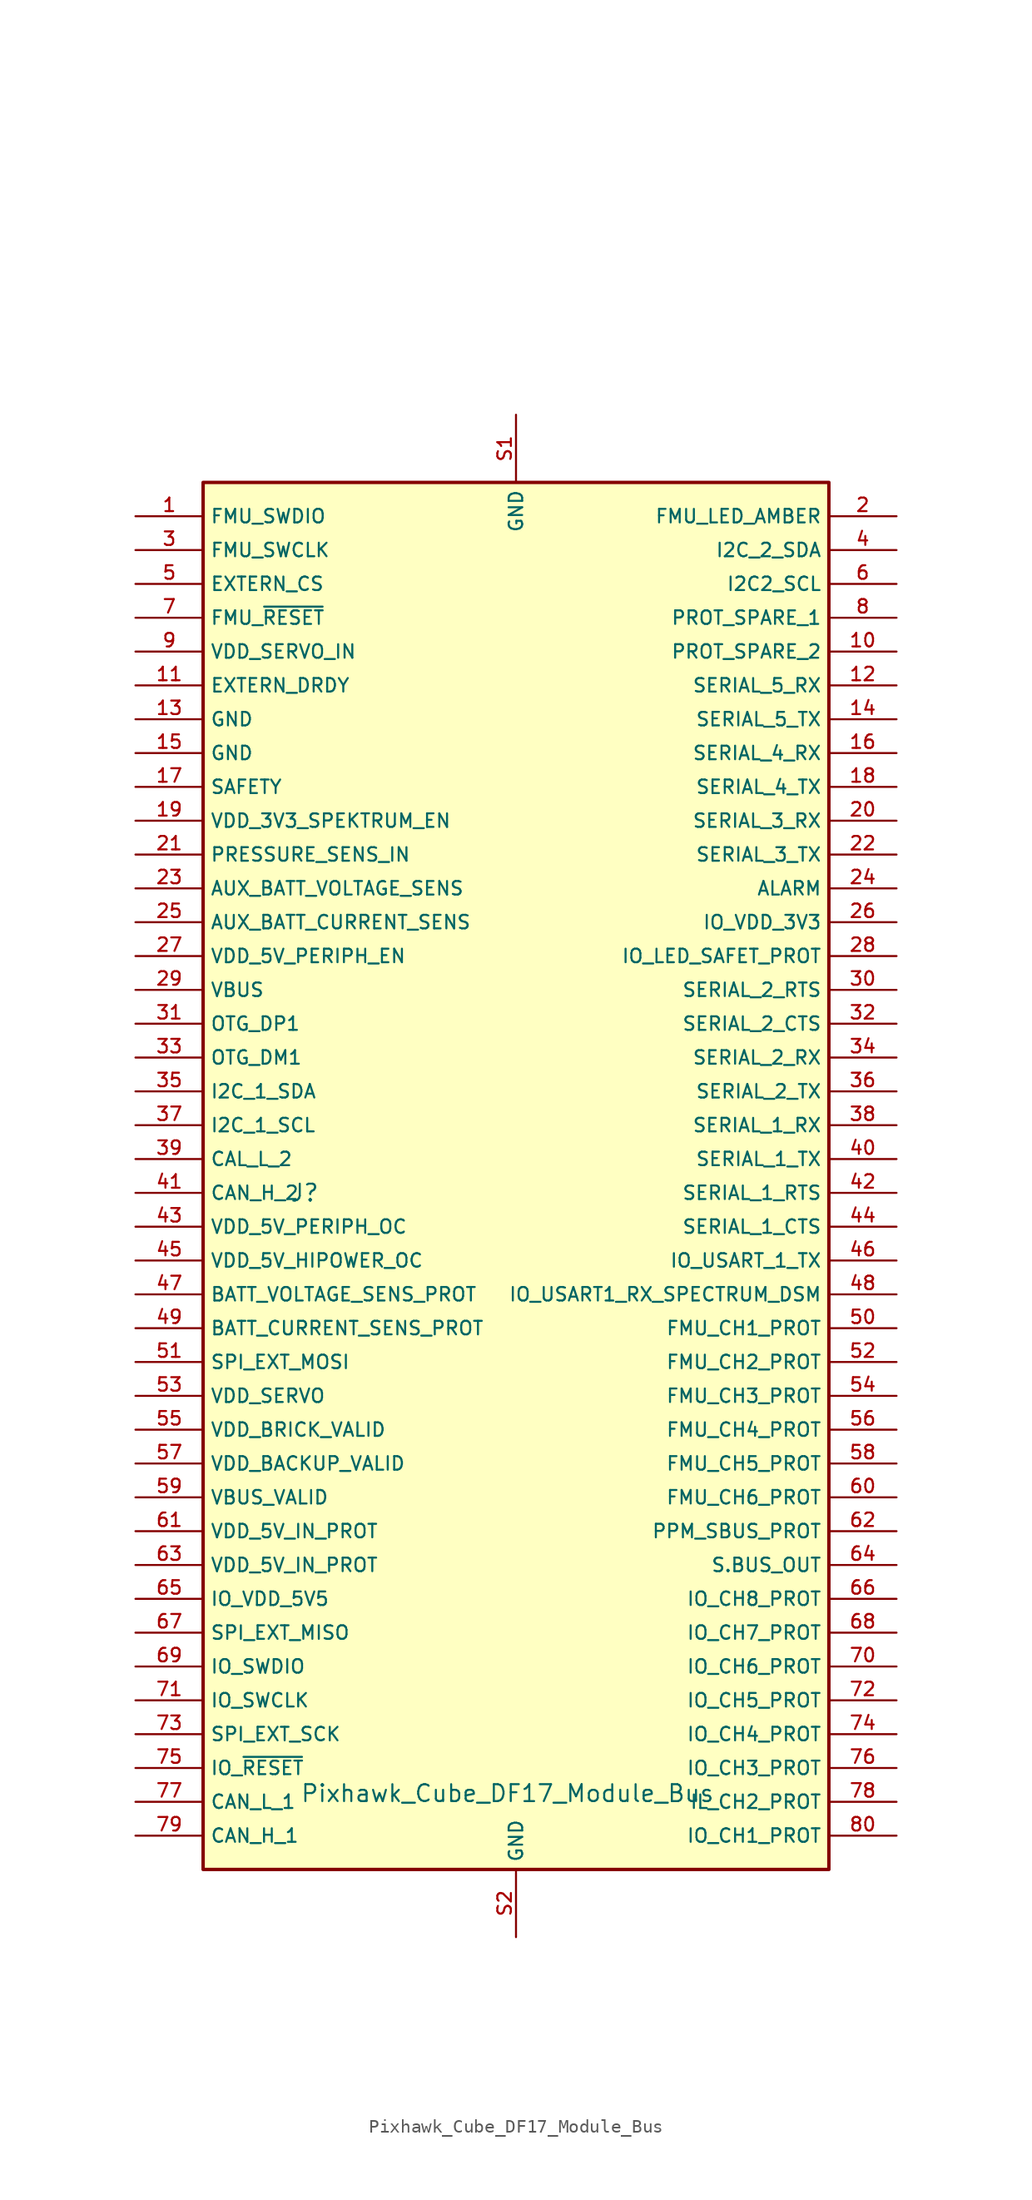
<source format=kicad_sym>
(kicad_symbol_lib
  (version 20211014)
  (generator kicad_symbol_editor)
  (symbol "Pixhawk_Cube_DF17_Module_Bus"
    (property "Reference" "J"
      (at -15.875 0 0)
      (effects (font (size 1.27 1.27))))
    (property "Value" "Pixhawk_Cube_DF17_Module_Bus"
      (at -0.635 -45.085 0)
      (effects (font (size 1.27 1.27))))
    (symbol "Pixhawk_Cube_DF17_Module_Bus_0_0"
      (rectangle (start -23.495 53.34) (end 23.495 -50.8) (stroke (width 0.254) (type default) (color 0 0 0 0)) (fill (type background)))
      (text "" (at 17.78 72.39 0) (effects (font (size 1.27 1.27))))
      (pin bidirectional line (at -28.575 50.8 0) (length 5.08) (name "FMU_SWDIO" (effects (font (size 1.016 1.016)))) (number "1" (effects (font (size 1.016 1.016)))))
      (pin unspecified line (at 28.575 40.64 180) (length 5.08) (name "PROT_SPARE_2" (effects (font (size 1.016 1.016)))) (number "10" (effects (font (size 1.016 1.016)))))
      (pin input line (at -28.575 38.1 0) (length 5.08) (name "EXTERN_DRDY" (effects (font (size 1.016 1.016)))) (number "11" (effects (font (size 1.016 1.016)))))
      (pin input line (at 28.575 38.1 180) (length 5.08) (name "SERIAL_5_RX" (effects (font (size 1.016 1.016)))) (number "12" (effects (font (size 1.016 1.016)))))
      (pin power_in line (at -28.575 35.56 0) (length 5.08) (name "GND" (effects (font (size 1.016 1.016)))) (number "13" (effects (font (size 1.016 1.016)))))
      (pin output line (at 28.575 35.56 180) (length 5.08) (name "SERIAL_5_TX" (effects (font (size 1.016 1.016)))) (number "14" (effects (font (size 1.016 1.016)))))
      (pin power_in line (at -28.575 33.02 0) (length 5.08) (name "GND" (effects (font (size 1.016 1.016)))) (number "15" (effects (font (size 1.016 1.016)))))
      (pin input line (at 28.575 33.02 180) (length 5.08) (name "SERIAL_4_RX" (effects (font (size 1.016 1.016)))) (number "16" (effects (font (size 1.016 1.016)))))
      (pin unspecified line (at -28.575 30.48 0) (length 5.08) (name "SAFETY" (effects (font (size 1.016 1.016)))) (number "17" (effects (font (size 1.016 1.016)))))
      (pin output line (at 28.575 30.48 180) (length 5.08) (name "SERIAL_4_TX" (effects (font (size 1.016 1.016)))) (number "18" (effects (font (size 1.016 1.016)))))
      (pin output line (at -28.575 27.94 0) (length 5.08) (name "VDD_3V3_SPEKTRUM_EN" (effects (font (size 1.016 1.016)))) (number "19" (effects (font (size 1.016 1.016)))))
      (pin output line (at 28.575 50.8 180) (length 5.08) (name "FMU_LED_AMBER" (effects (font (size 1.016 1.016)))) (number "2" (effects (font (size 1.016 1.016)))))
      (pin input line (at 28.575 27.94 180) (length 5.08) (name "SERIAL_3_RX" (effects (font (size 1.016 1.016)))) (number "20" (effects (font (size 1.016 1.016)))))
      (pin input line (at -28.575 25.4 0) (length 5.08) (name "PRESSURE_SENS_IN" (effects (font (size 1.016 1.016)))) (number "21" (effects (font (size 1.016 1.016)))))
      (pin output line (at 28.575 25.4 180) (length 5.08) (name "SERIAL_3_TX" (effects (font (size 1.016 1.016)))) (number "22" (effects (font (size 1.016 1.016)))))
      (pin input line (at -28.575 22.86 0) (length 5.08) (name "AUX_BATT_VOLTAGE_SENS" (effects (font (size 1.016 1.016)))) (number "23" (effects (font (size 1.016 1.016)))))
      (pin output line (at 28.575 22.86 180) (length 5.08) (name "ALARM" (effects (font (size 1.016 1.016)))) (number "24" (effects (font (size 1.016 1.016)))))
      (pin input line (at -28.575 20.32 0) (length 5.08) (name "AUX_BATT_CURRENT_SENS" (effects (font (size 1.016 1.016)))) (number "25" (effects (font (size 1.016 1.016)))))
      (pin input line (at 28.575 20.32 180) (length 5.08) (name "IO_VDD_3V3" (effects (font (size 1.016 1.016)))) (number "26" (effects (font (size 1.016 1.016)))))
      (pin output line (at -28.575 17.78 0) (length 5.08) (name "VDD_5V_PERIPH_EN" (effects (font (size 1.016 1.016)))) (number "27" (effects (font (size 1.016 1.016)))))
      (pin output line (at 28.575 17.78 180) (length 5.08) (name "IO_LED_SAFET_PROT" (effects (font (size 1.016 1.016)))) (number "28" (effects (font (size 1.016 1.016)))))
      (pin input line (at -28.575 15.24 0) (length 5.08) (name "VBUS" (effects (font (size 1.016 1.016)))) (number "29" (effects (font (size 1.016 1.016)))))
      (pin output line (at -28.575 48.26 0) (length 5.08) (name "FMU_SWCLK" (effects (font (size 1.016 1.016)))) (number "3" (effects (font (size 1.016 1.016)))))
      (pin bidirectional line (at 28.575 15.24 180) (length 5.08) (name "SERIAL_2_RTS" (effects (font (size 1.016 1.016)))) (number "30" (effects (font (size 1.016 1.016)))))
      (pin bidirectional line (at -28.575 12.7 0) (length 5.08) (name "OTG_DP1" (effects (font (size 1.016 1.016)))) (number "31" (effects (font (size 1.016 1.016)))))
      (pin bidirectional line (at 28.575 12.7 180) (length 5.08) (name "SERIAL_2_CTS" (effects (font (size 1.016 1.016)))) (number "32" (effects (font (size 1.016 1.016)))))
      (pin bidirectional line (at -28.575 10.16 0) (length 5.08) (name "OTG_DM1" (effects (font (size 1.016 1.016)))) (number "33" (effects (font (size 1.016 1.016)))))
      (pin input line (at 28.575 10.16 180) (length 5.08) (name "SERIAL_2_RX" (effects (font (size 1.016 1.016)))) (number "34" (effects (font (size 1.016 1.016)))))
      (pin bidirectional line (at -28.575 7.62 0) (length 5.08) (name "I2C_1_SDA" (effects (font (size 1.016 1.016)))) (number "35" (effects (font (size 1.016 1.016)))))
      (pin output line (at 28.575 7.62 180) (length 5.08) (name "SERIAL_2_TX" (effects (font (size 1.016 1.016)))) (number "36" (effects (font (size 1.016 1.016)))))
      (pin output line (at -28.575 5.08 0) (length 5.08) (name "I2C_1_SCL" (effects (font (size 1.016 1.016)))) (number "37" (effects (font (size 1.016 1.016)))))
      (pin input line (at 28.575 5.08 180) (length 5.08) (name "SERIAL_1_RX" (effects (font (size 1.016 1.016)))) (number "38" (effects (font (size 1.016 1.016)))))
      (pin bidirectional line (at -28.575 2.54 0) (length 5.08) (name "CAL_L_2" (effects (font (size 1.016 1.016)))) (number "39" (effects (font (size 1.016 1.016)))))
      (pin bidirectional line (at 28.575 48.26 180) (length 5.08) (name "I2C_2_SDA" (effects (font (size 1.016 1.016)))) (number "4" (effects (font (size 1.016 1.016)))))
      (pin output line (at 28.575 2.54 180) (length 5.08) (name "SERIAL_1_TX" (effects (font (size 1.016 1.016)))) (number "40" (effects (font (size 1.016 1.016)))))
      (pin bidirectional line (at -28.575 0 0) (length 5.08) (name "CAN_H_2" (effects (font (size 1.016 1.016)))) (number "41" (effects (font (size 1.016 1.016)))))
      (pin bidirectional line (at 28.575 0 180) (length 5.08) (name "SERIAL_1_RTS" (effects (font (size 1.016 1.016)))) (number "42" (effects (font (size 1.016 1.016)))))
      (pin input line (at -28.575 -2.54 0) (length 5.08) (name "VDD_5V_PERIPH_OC" (effects (font (size 1.016 1.016)))) (number "43" (effects (font (size 1.016 1.016)))))
      (pin bidirectional line (at 28.575 -2.54 180) (length 5.08) (name "SERIAL_1_CTS" (effects (font (size 1.016 1.016)))) (number "44" (effects (font (size 1.016 1.016)))))
      (pin input line (at -28.575 -5.08 0) (length 5.08) (name "VDD_5V_HIPOWER_OC" (effects (font (size 1.016 1.016)))) (number "45" (effects (font (size 1.016 1.016)))))
      (pin output line (at 28.575 -5.08 180) (length 5.08) (name "IO_USART_1_TX" (effects (font (size 1.016 1.016)))) (number "46" (effects (font (size 1.016 1.016)))))
      (pin input line (at -28.575 -7.62 0) (length 5.08) (name "BATT_VOLTAGE_SENS_PROT" (effects (font (size 1.016 1.016)))) (number "47" (effects (font (size 1.016 1.016)))))
      (pin output line (at 28.575 -7.62 180) (length 5.08) (name "IO_USART1_RX_SPECTRUM_DSM" (effects (font (size 1.016 1.016)))) (number "48" (effects (font (size 1.016 1.016)))))
      (pin input line (at -28.575 -10.16 0) (length 5.08) (name "BATT_CURRENT_SENS_PROT" (effects (font (size 1.016 1.016)))) (number "49" (effects (font (size 1.016 1.016)))))
      (pin output line (at -28.575 45.72 0) (length 5.08) (name "EXTERN_CS" (effects (font (size 1.016 1.016)))) (number "5" (effects (font (size 1.016 1.016)))))
      (pin output line (at 28.575 -10.16 180) (length 5.08) (name "FMU_CH1_PROT" (effects (font (size 1.016 1.016)))) (number "50" (effects (font (size 1.016 1.016)))))
      (pin output line (at -28.575 -12.7 0) (length 5.08) (name "SPI_EXT_MOSI" (effects (font (size 1.016 1.016)))) (number "51" (effects (font (size 1.016 1.016)))))
      (pin output line (at 28.575 -12.7 180) (length 5.08) (name "FMU_CH2_PROT" (effects (font (size 1.016 1.016)))) (number "52" (effects (font (size 1.016 1.016)))))
      (pin input line (at -28.575 -15.24 0) (length 5.08) (name "VDD_SERVO" (effects (font (size 1.016 1.016)))) (number "53" (effects (font (size 1.016 1.016)))))
      (pin output line (at 28.575 -15.24 180) (length 5.08) (name "FMU_CH3_PROT" (effects (font (size 1.016 1.016)))) (number "54" (effects (font (size 1.016 1.016)))))
      (pin input line (at -28.575 -17.78 0) (length 5.08) (name "VDD_BRICK_VALID" (effects (font (size 1.016 1.016)))) (number "55" (effects (font (size 1.016 1.016)))))
      (pin output line (at 28.575 -17.78 180) (length 5.08) (name "FMU_CH4_PROT" (effects (font (size 1.016 1.016)))) (number "56" (effects (font (size 1.016 1.016)))))
      (pin input line (at -28.575 -20.32 0) (length 5.08) (name "VDD_BACKUP_VALID" (effects (font (size 1.016 1.016)))) (number "57" (effects (font (size 1.016 1.016)))))
      (pin output line (at 28.575 -20.32 180) (length 5.08) (name "FMU_CH5_PROT" (effects (font (size 1.016 1.016)))) (number "58" (effects (font (size 1.016 1.016)))))
      (pin input line (at -28.575 -22.86 0) (length 5.08) (name "VBUS_VALID" (effects (font (size 1.016 1.016)))) (number "59" (effects (font (size 1.016 1.016)))))
      (pin output line (at 28.575 45.72 180) (length 5.08) (name "I2C2_SCL" (effects (font (size 1.016 1.016)))) (number "6" (effects (font (size 1.016 1.016)))))
      (pin output line (at 28.575 -22.86 180) (length 5.08) (name "FMU_CH6_PROT" (effects (font (size 1.016 1.016)))) (number "60" (effects (font (size 1.016 1.016)))))
      (pin input line (at -28.575 -25.4 0) (length 5.08) (name "VDD_5V_IN_PROT" (effects (font (size 1.016 1.016)))) (number "61" (effects (font (size 1.016 1.016)))))
      (pin input line (at 28.575 -25.4 180) (length 5.08) (name "PPM_SBUS_PROT" (effects (font (size 1.016 1.016)))) (number "62" (effects (font (size 1.016 1.016)))))
      (pin input line (at -28.575 -27.94 0) (length 5.08) (name "VDD_5V_IN_PROT" (effects (font (size 1.016 1.016)))) (number "63" (effects (font (size 1.016 1.016)))))
      (pin output line (at 28.575 -27.94 180) (length 5.08) (name "S.BUS_OUT" (effects (font (size 1.016 1.016)))) (number "64" (effects (font (size 1.016 1.016)))))
      (pin output line (at -28.575 -30.48 0) (length 5.08) (name "IO_VDD_5V5" (effects (font (size 1.016 1.016)))) (number "65" (effects (font (size 1.016 1.016)))))
      (pin output line (at 28.575 -30.48 180) (length 5.08) (name "IO_CH8_PROT" (effects (font (size 1.016 1.016)))) (number "66" (effects (font (size 1.016 1.016)))))
      (pin input line (at -28.575 -33.02 0) (length 5.08) (name "SPI_EXT_MISO" (effects (font (size 1.016 1.016)))) (number "67" (effects (font (size 1.016 1.016)))))
      (pin output line (at 28.575 -33.02 180) (length 5.08) (name "IO_CH7_PROT" (effects (font (size 1.016 1.016)))) (number "68" (effects (font (size 1.016 1.016)))))
      (pin bidirectional line (at -28.575 -35.56 0) (length 5.08) (name "IO_SWDIO" (effects (font (size 1.016 1.016)))) (number "69" (effects (font (size 1.016 1.016)))))
      (pin input line (at -28.575 43.18 0) (length 5.08) (name "FMU_~{RESET}" (effects (font (size 1.016 1.016)))) (number "7" (effects (font (size 1.016 1.016)))))
      (pin output line (at 28.575 -35.56 180) (length 5.08) (name "IO_CH6_PROT" (effects (font (size 1.016 1.016)))) (number "70" (effects (font (size 1.016 1.016)))))
      (pin output line (at -28.575 -38.1 0) (length 5.08) (name "IO_SWCLK" (effects (font (size 1.016 1.016)))) (number "71" (effects (font (size 1.016 1.016)))))
      (pin output line (at 28.575 -38.1 180) (length 5.08) (name "IO_CH5_PROT" (effects (font (size 1.016 1.016)))) (number "72" (effects (font (size 1.016 1.016)))))
      (pin output line (at -28.575 -40.64 0) (length 5.08) (name "SPI_EXT_SCK" (effects (font (size 1.016 1.016)))) (number "73" (effects (font (size 1.016 1.016)))))
      (pin output line (at 28.575 -40.64 180) (length 5.08) (name "IO_CH4_PROT" (effects (font (size 1.016 1.016)))) (number "74" (effects (font (size 1.016 1.016)))))
      (pin passive line (at -28.575 -43.18 0) (length 5.08) (name "IO_~{RESET}" (effects (font (size 1.016 1.016)))) (number "75" (effects (font (size 1.016 1.016)))))
      (pin output line (at 28.575 -43.18 180) (length 5.08) (name "IO_CH3_PROT" (effects (font (size 1.016 1.016)))) (number "76" (effects (font (size 1.016 1.016)))))
      (pin bidirectional line (at -28.575 -45.72 0) (length 5.08) (name "CAN_L_1" (effects (font (size 1.016 1.016)))) (number "77" (effects (font (size 1.016 1.016)))))
      (pin output line (at 28.575 -45.72 180) (length 5.08) (name "IL_CH2_PROT" (effects (font (size 1.016 1.016)))) (number "78" (effects (font (size 1.016 1.016)))))
      (pin bidirectional line (at -28.575 -48.26 0) (length 5.08) (name "CAN_H_1" (effects (font (size 1.016 1.016)))) (number "79" (effects (font (size 1.016 1.016)))))
      (pin unspecified line (at 28.575 43.18 180) (length 5.08) (name "PROT_SPARE_1" (effects (font (size 1.016 1.016)))) (number "8" (effects (font (size 1.016 1.016)))))
      (pin output line (at 28.575 -48.26 180) (length 5.08) (name "IO_CH1_PROT" (effects (font (size 1.016 1.016)))) (number "80" (effects (font (size 1.016 1.016)))))
      (pin input line (at -28.575 40.64 0) (length 5.08) (name "VDD_SERVO_IN" (effects (font (size 1.016 1.016)))) (number "9" (effects (font (size 1.016 1.016)))))
      (pin bidirectional line (at 0 58.42 270) (length 5.08) (name "GND" (effects (font (size 1.016 1.016)))) (number "S1" (effects (font (size 1.016 1.016)))))
      (pin bidirectional line (at 0 -55.88 90) (length 5.08) (name "GND" (effects (font (size 1.016 1.016)))) (number "S2" (effects (font (size 1.016 1.016))))))))
</source>
